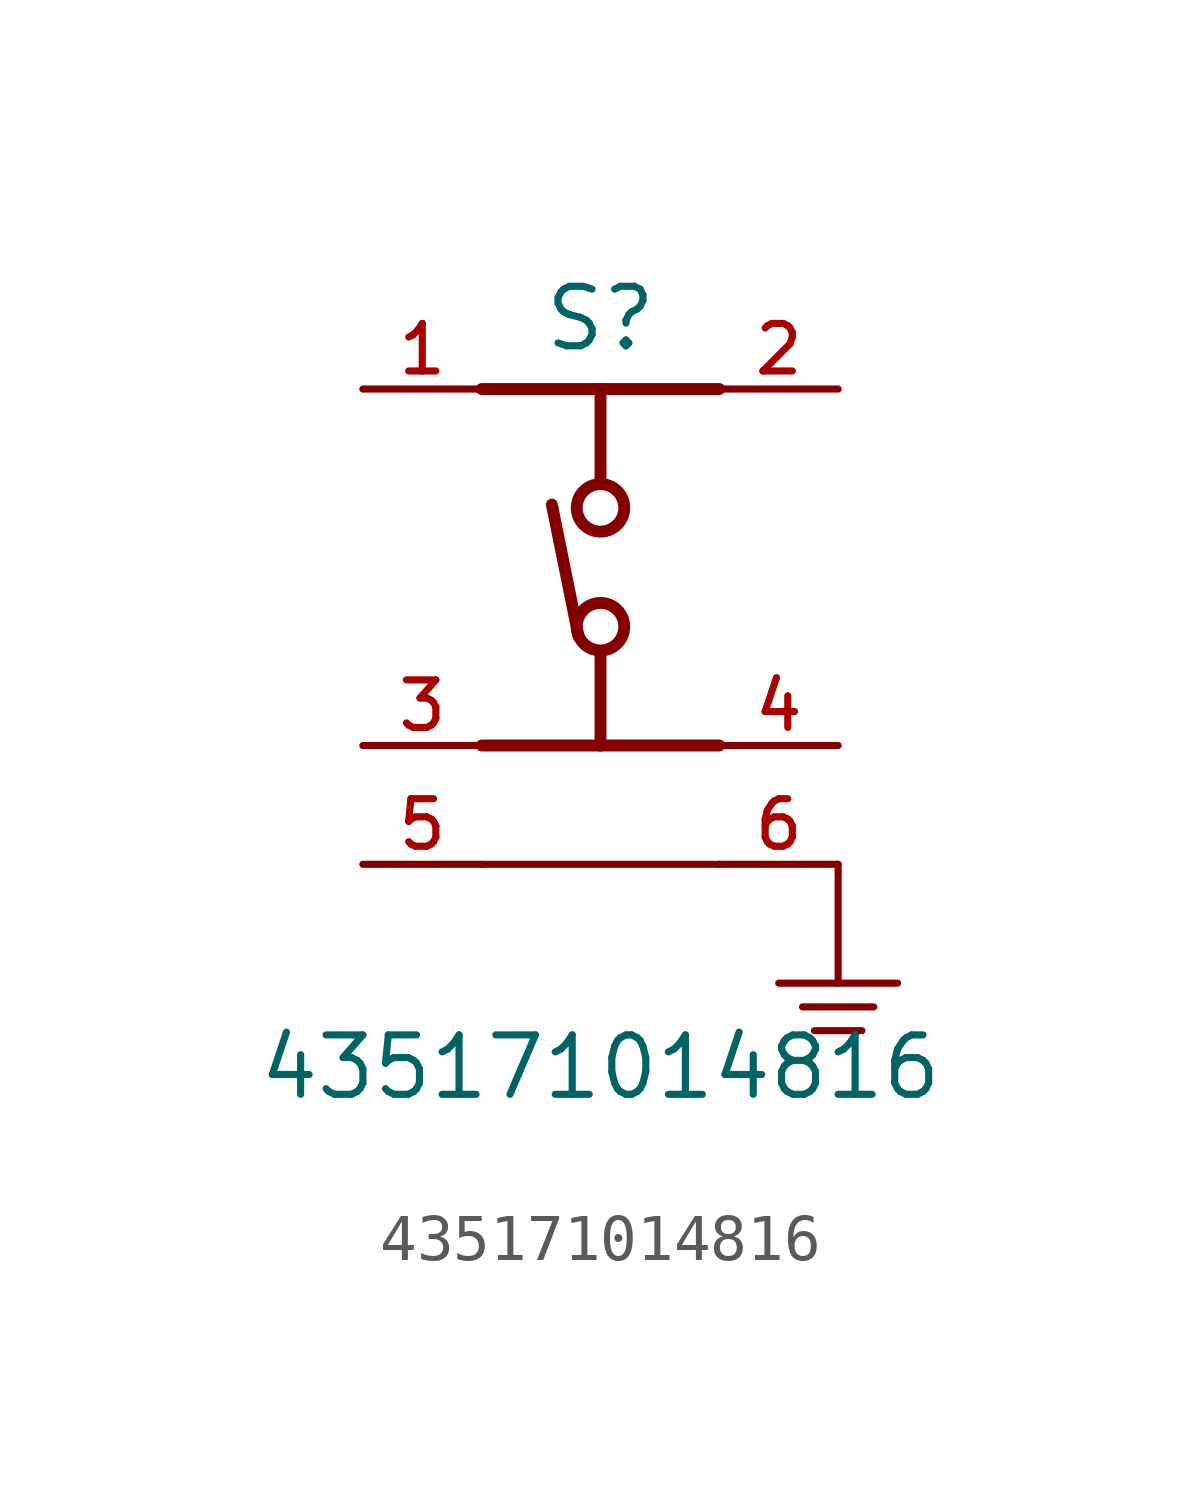
<source format=kicad_sym>
(kicad_symbol_lib
  (version 20211014)
  (generator kicad_symbol_editor)
  (symbol "435171014816"
    (pin_names
      (offset 1.016))
    (property "Reference" "S"
      (at 0.0 3.302 0)
      (effects (font (size 1.27 1.27)) (justify bottom)))
    (property "Value" "435171014816"
      (at 0.0 -12.7 0)
      (effects (font (size 1.27 1.27)) (justify bottom)))
    (symbol "435171014816_0_0"
      (polyline (pts (xy 0.0 2.54) (xy 0.0 0.635)) (stroke (width 0.254)))
      (polyline (pts (xy 0.0 -3.175) (xy 0.0 -5.08)) (stroke (width 0.254)))
      (polyline (pts (xy -2.54 -7.62) (xy 2.54 -7.62)) (stroke (width 0.152)))
      (polyline (pts (xy 3.81 -10.16) (xy 5.08 -10.16)) (stroke (width 0.152)))
      (polyline (pts (xy 5.08 -10.16) (xy 6.35 -10.16)) (stroke (width 0.152)))
      (polyline (pts (xy 4.318 -10.668) (xy 5.842 -10.668)) (stroke (width 0.152)))
      (polyline (pts (xy 4.572 -11.176) (xy 5.588 -11.176)) (stroke (width 0.152)))
      (polyline (pts (xy -2.54 2.54) (xy 0.0 2.54)) (stroke (width 0.254)))
      (polyline (pts (xy 0.0 2.54) (xy 2.54 2.54)) (stroke (width 0.254)))
      (polyline (pts (xy -2.54 -5.08) (xy 0.0 -5.08)) (stroke (width 0.254)))
      (polyline (pts (xy 0.0 -5.08) (xy 2.54 -5.08)) (stroke (width 0.254)))
      (polyline (pts (xy -0.47 -2.74) (xy -1.04 0.07)) (stroke (width 0.254)))
      (polyline (pts (xy 5.08 -7.62) (xy 5.08 -10.16)) (stroke (width 0.152)))
      (circle (center 0.0 -2.54) (radius 0.508) (stroke (width 0.254)) (fill (type none)))
      (circle (center 0.0 0.0) (radius 0.508) (stroke (width 0.254)) (fill (type none)))
      (pin passive line (at -5.08 2.54 0) (length 2.54) (name "~" (effects (font (size 1.016 1.016)))) (number "1" (effects (font (size 1.016 1.016)))))
      (pin passive line (at -5.08 -5.08 0) (length 2.54) (name "~" (effects (font (size 1.016 1.016)))) (number "3" (effects (font (size 1.016 1.016)))))
      (pin passive line (at 5.08 2.54 180.0) (length 2.54) (name "~" (effects (font (size 1.016 1.016)))) (number "2" (effects (font (size 1.016 1.016)))))
      (pin passive line (at 5.08 -5.08 180.0) (length 2.54) (name "~" (effects (font (size 1.016 1.016)))) (number "4" (effects (font (size 1.016 1.016)))))
      (pin passive line (at 5.08 -7.62 180.0) (length 2.54) (name "~" (effects (font (size 1.016 1.016)))) (number "6" (effects (font (size 1.016 1.016)))))
      (pin passive line (at -5.08 -7.62 0) (length 2.54) (name "~" (effects (font (size 1.016 1.016)))) (number "5" (effects (font (size 1.016 1.016))))))))
</source>
